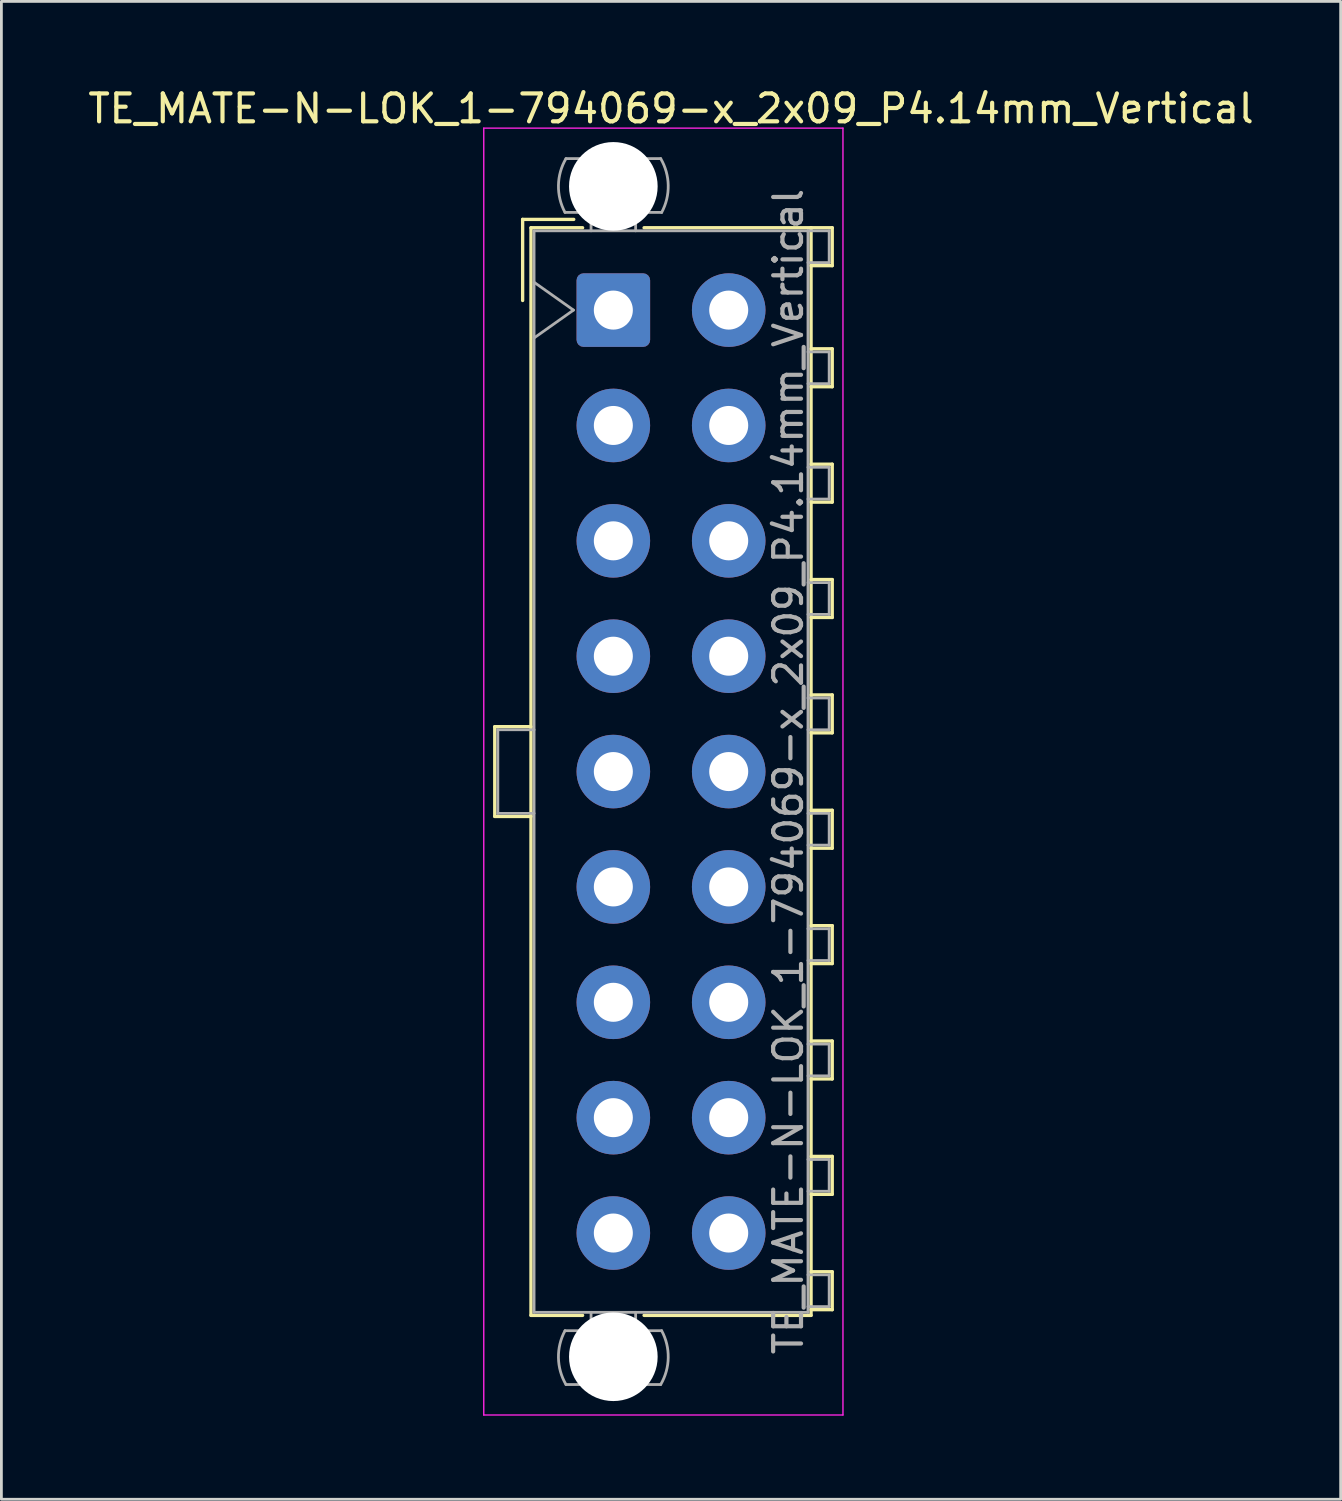
<source format=kicad_pcb>
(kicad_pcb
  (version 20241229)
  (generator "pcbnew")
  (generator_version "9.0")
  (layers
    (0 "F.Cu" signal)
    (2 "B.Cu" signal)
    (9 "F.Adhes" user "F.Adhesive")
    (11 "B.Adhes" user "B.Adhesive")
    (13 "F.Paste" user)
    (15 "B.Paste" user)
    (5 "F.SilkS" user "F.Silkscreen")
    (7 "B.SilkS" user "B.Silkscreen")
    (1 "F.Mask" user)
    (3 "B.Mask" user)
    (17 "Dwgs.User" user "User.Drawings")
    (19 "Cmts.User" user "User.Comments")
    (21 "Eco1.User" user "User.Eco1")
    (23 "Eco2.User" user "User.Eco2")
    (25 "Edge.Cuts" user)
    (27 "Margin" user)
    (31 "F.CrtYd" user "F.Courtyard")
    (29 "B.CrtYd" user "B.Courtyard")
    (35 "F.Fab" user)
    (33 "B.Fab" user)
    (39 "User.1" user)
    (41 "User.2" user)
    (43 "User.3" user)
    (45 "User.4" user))
  (footprint "TE_MATE-N-LOK_1-794069-x_2x09_P4.14mm_Vertical"
    (layer "F.Cu")
    (at 18.96 8.078)
    (property "Reference" "TE_MATE-N-LOK_1-794069-x_2x09_P4.14mm_Vertical" (at 2.07 -7.23 0) (layer "F.SilkS") (effects (font (size 1 1) (thickness 0.15))))
    (attr through_hole)
    (fp_line (start -4.255 14.95) (end -4.255 18.17) (stroke (width 0.12) (type solid)) (layer "F.SilkS"))
    (fp_line (start -4.255 18.17) (end -2.955 18.17) (stroke (width 0.12) (type solid)) (layer "F.SilkS"))
    (fp_line (start -3.255 -3.255) (end -3.255 -0.345) (stroke (width 0.12) (type solid)) (layer "F.SilkS"))
    (fp_line (start -2.955 -2.955) (end -2.955 36.075) (stroke (width 0.12) (type solid)) (layer "F.SilkS"))
    (fp_line (start -2.955 14.95) (end -4.255 14.95) (stroke (width 0.12) (type solid)) (layer "F.SilkS"))
    (fp_line (start -2.955 36.075) (end -1.103 36.075) (stroke (width 0.12) (type solid)) (layer "F.SilkS"))
    (fp_line (start -1.421 -3.255) (end -3.255 -3.255) (stroke (width 0.12) (type solid)) (layer "F.SilkS"))
    (fp_line (start -1.103 -2.955) (end -2.955 -2.955) (stroke (width 0.12) (type solid)) (layer "F.SilkS"))
    (fp_line (start 1.103 -2.955) (end 7.095 -2.955) (stroke (width 0.12) (type solid)) (layer "F.SilkS"))
    (fp_line (start 7.095 -2.955) (end 7.095 36.075) (stroke (width 0.12) (type solid)) (layer "F.SilkS"))
    (fp_line (start 7.095 -2.955) (end 7.855 -2.955) (stroke (width 0.12) (type solid)) (layer "F.SilkS"))
    (fp_line (start 7.095 1.39) (end 7.855 1.39) (stroke (width 0.12) (type solid)) (layer "F.SilkS"))
    (fp_line (start 7.095 5.53) (end 7.855 5.53) (stroke (width 0.12) (type solid)) (layer "F.SilkS"))
    (fp_line (start 7.095 9.67) (end 7.855 9.67) (stroke (width 0.12) (type solid)) (layer "F.SilkS"))
    (fp_line (start 7.095 13.81) (end 7.855 13.81) (stroke (width 0.12) (type solid)) (layer "F.SilkS"))
    (fp_line (start 7.095 17.95) (end 7.855 17.95) (stroke (width 0.12) (type solid)) (layer "F.SilkS"))
    (fp_line (start 7.095 22.09) (end 7.855 22.09) (stroke (width 0.12) (type solid)) (layer "F.SilkS"))
    (fp_line (start 7.095 26.23) (end 7.855 26.23) (stroke (width 0.12) (type solid)) (layer "F.SilkS"))
    (fp_line (start 7.095 30.37) (end 7.855 30.37) (stroke (width 0.12) (type solid)) (layer "F.SilkS"))
    (fp_line (start 7.095 34.51) (end 7.855 34.51) (stroke (width 0.12) (type solid)) (layer "F.SilkS"))
    (fp_line (start 7.095 36.075) (end 1.103 36.075) (stroke (width 0.12) (type solid)) (layer "F.SilkS"))
    (fp_line (start 7.855 -2.955) (end 7.855 -1.595) (stroke (width 0.12) (type solid)) (layer "F.SilkS"))
    (fp_line (start 7.855 -1.595) (end 7.095 -1.595) (stroke (width 0.12) (type solid)) (layer "F.SilkS"))
    (fp_line (start 7.855 1.39) (end 7.855 2.75) (stroke (width 0.12) (type solid)) (layer "F.SilkS"))
    (fp_line (start 7.855 2.75) (end 7.095 2.75) (stroke (width 0.12) (type solid)) (layer "F.SilkS"))
    (fp_line (start 7.855 5.53) (end 7.855 6.89) (stroke (width 0.12) (type solid)) (layer "F.SilkS"))
    (fp_line (start 7.855 6.89) (end 7.095 6.89) (stroke (width 0.12) (type solid)) (layer "F.SilkS"))
    (fp_line (start 7.855 9.67) (end 7.855 11.03) (stroke (width 0.12) (type solid)) (layer "F.SilkS"))
    (fp_line (start 7.855 11.03) (end 7.095 11.03) (stroke (width 0.12) (type solid)) (layer "F.SilkS"))
    (fp_line (start 7.855 13.81) (end 7.855 15.17) (stroke (width 0.12) (type solid)) (layer "F.SilkS"))
    (fp_line (start 7.855 15.17) (end 7.095 15.17) (stroke (width 0.12) (type solid)) (layer "F.SilkS"))
    (fp_line (start 7.855 17.95) (end 7.855 19.31) (stroke (width 0.12) (type solid)) (layer "F.SilkS"))
    (fp_line (start 7.855 19.31) (end 7.095 19.31) (stroke (width 0.12) (type solid)) (layer "F.SilkS"))
    (fp_line (start 7.855 22.09) (end 7.855 23.45) (stroke (width 0.12) (type solid)) (layer "F.SilkS"))
    (fp_line (start 7.855 23.45) (end 7.095 23.45) (stroke (width 0.12) (type solid)) (layer "F.SilkS"))
    (fp_line (start 7.855 26.23) (end 7.855 27.59) (stroke (width 0.12) (type solid)) (layer "F.SilkS"))
    (fp_line (start 7.855 27.59) (end 7.095 27.59) (stroke (width 0.12) (type solid)) (layer "F.SilkS"))
    (fp_line (start 7.855 30.37) (end 7.855 31.73) (stroke (width 0.12) (type solid)) (layer "F.SilkS"))
    (fp_line (start 7.855 31.73) (end 7.095 31.73) (stroke (width 0.12) (type solid)) (layer "F.SilkS"))
    (fp_line (start 7.855 34.51) (end 7.855 35.87) (stroke (width 0.12) (type solid)) (layer "F.SilkS"))
    (fp_line (start 7.855 35.87) (end 7.095 35.87) (stroke (width 0.12) (type solid)) (layer "F.SilkS"))
    (fp_line (start -4.65 -6.53) (end -4.65 39.65) (stroke (width 0.05) (type solid)) (layer "F.CrtYd"))
    (fp_line (start -4.65 39.65) (end 8.24 39.65) (stroke (width 0.05) (type solid)) (layer "F.CrtYd"))
    (fp_line (start 8.24 -6.53) (end -4.65 -6.53) (stroke (width 0.05) (type solid)) (layer "F.CrtYd"))
    (fp_line (start 8.24 39.65) (end 8.24 -6.53) (stroke (width 0.05) (type solid)) (layer "F.CrtYd"))
    (fp_line (start -4.145 15.06) (end -4.145 18.06) (stroke (width 0.1) (type solid)) (layer "F.Fab"))
    (fp_line (start -4.145 18.06) (end -2.845 18.06) (stroke (width 0.1) (type solid)) (layer "F.Fab"))
    (fp_line (start -2.845 -2.845) (end -2.845 35.965) (stroke (width 0.1) (type solid)) (layer "F.Fab"))
    (fp_line (start -2.845 -1) (end -1.431 0) (stroke (width 0.1) (type solid)) (layer "F.Fab"))
    (fp_line (start -2.845 15.06) (end -4.145 15.06) (stroke (width 0.1) (type solid)) (layer "F.Fab"))
    (fp_line (start -2.845 35.965) (end 6.985 35.965) (stroke (width 0.1) (type solid)) (layer "F.Fab"))
    (fp_line (start -1.431 0) (end -2.845 1) (stroke (width 0.1) (type solid)) (layer "F.Fab"))
    (fp_line (start -0.8 -2.845) (end -0.8 -3.505) (stroke (width 0.1) (type solid)) (layer "F.Fab"))
    (fp_line (start -0.8 35.965) (end -0.8 36.625) (stroke (width 0.1) (type solid)) (layer "F.Fab"))
    (fp_line (start 0.8 -2.845) (end 0.8 -3.505) (stroke (width 0.1) (type solid)) (layer "F.Fab"))
    (fp_line (start 0.8 35.965) (end 0.8 36.625) (stroke (width 0.1) (type solid)) (layer "F.Fab"))
    (fp_line (start 1.7 -5.436) (end -1.7 -5.436) (stroke (width 0.1) (type solid)) (layer "F.Fab"))
    (fp_line (start 1.7 38.556) (end -1.7 38.556) (stroke (width 0.1) (type solid)) (layer "F.Fab"))
    (fp_line (start 1.734 -3.505) (end -1.734 -3.505) (stroke (width 0.1) (type solid)) (layer "F.Fab"))
    (fp_line (start 1.734 36.625) (end -1.734 36.625) (stroke (width 0.1) (type solid)) (layer "F.Fab"))
    (fp_line (start 6.985 -2.845) (end -2.845 -2.845) (stroke (width 0.1) (type solid)) (layer "F.Fab"))
    (fp_line (start 6.985 -2.845) (end 7.745 -2.845) (stroke (width 0.1) (type solid)) (layer "F.Fab"))
    (fp_line (start 6.985 1.5) (end 7.745 1.5) (stroke (width 0.1) (type solid)) (layer "F.Fab"))
    (fp_line (start 6.985 5.64) (end 7.745 5.64) (stroke (width 0.1) (type solid)) (layer "F.Fab"))
    (fp_line (start 6.985 9.78) (end 7.745 9.78) (stroke (width 0.1) (type solid)) (layer "F.Fab"))
    (fp_line (start 6.985 13.92) (end 7.745 13.92) (stroke (width 0.1) (type solid)) (layer "F.Fab"))
    (fp_line (start 6.985 18.06) (end 7.745 18.06) (stroke (width 0.1) (type solid)) (layer "F.Fab"))
    (fp_line (start 6.985 22.2) (end 7.745 22.2) (stroke (width 0.1) (type solid)) (layer "F.Fab"))
    (fp_line (start 6.985 26.34) (end 7.745 26.34) (stroke (width 0.1) (type solid)) (layer "F.Fab"))
    (fp_line (start 6.985 30.48) (end 7.745 30.48) (stroke (width 0.1) (type solid)) (layer "F.Fab"))
    (fp_line (start 6.985 34.62) (end 7.745 34.62) (stroke (width 0.1) (type solid)) (layer "F.Fab"))
    (fp_line (start 6.985 35.965) (end 6.985 -2.845) (stroke (width 0.1) (type solid)) (layer "F.Fab"))
    (fp_line (start 7.745 -2.845) (end 7.745 -1.705) (stroke (width 0.1) (type solid)) (layer "F.Fab"))
    (fp_line (start 7.745 -1.705) (end 6.985 -1.705) (stroke (width 0.1) (type solid)) (layer "F.Fab"))
    (fp_line (start 7.745 1.5) (end 7.745 2.64) (stroke (width 0.1) (type solid)) (layer "F.Fab"))
    (fp_line (start 7.745 2.64) (end 6.985 2.64) (stroke (width 0.1) (type solid)) (layer "F.Fab"))
    (fp_line (start 7.745 5.64) (end 7.745 6.78) (stroke (width 0.1) (type solid)) (layer "F.Fab"))
    (fp_line (start 7.745 6.78) (end 6.985 6.78) (stroke (width 0.1) (type solid)) (layer "F.Fab"))
    (fp_line (start 7.745 9.78) (end 7.745 10.92) (stroke (width 0.1) (type solid)) (layer "F.Fab"))
    (fp_line (start 7.745 10.92) (end 6.985 10.92) (stroke (width 0.1) (type solid)) (layer "F.Fab"))
    (fp_line (start 7.745 13.92) (end 7.745 15.06) (stroke (width 0.1) (type solid)) (layer "F.Fab"))
    (fp_line (start 7.745 15.06) (end 6.985 15.06) (stroke (width 0.1) (type solid)) (layer "F.Fab"))
    (fp_line (start 7.745 18.06) (end 7.745 19.2) (stroke (width 0.1) (type solid)) (layer "F.Fab"))
    (fp_line (start 7.745 19.2) (end 6.985 19.2) (stroke (width 0.1) (type solid)) (layer "F.Fab"))
    (fp_line (start 7.745 22.2) (end 7.745 23.34) (stroke (width 0.1) (type solid)) (layer "F.Fab"))
    (fp_line (start 7.745 23.34) (end 6.985 23.34) (stroke (width 0.1) (type solid)) (layer "F.Fab"))
    (fp_line (start 7.745 26.34) (end 7.745 27.48) (stroke (width 0.1) (type solid)) (layer "F.Fab"))
    (fp_line (start 7.745 27.48) (end 6.985 27.48) (stroke (width 0.1) (type solid)) (layer "F.Fab"))
    (fp_line (start 7.745 30.48) (end 7.745 31.62) (stroke (width 0.1) (type solid)) (layer "F.Fab"))
    (fp_line (start 7.745 31.62) (end 6.985 31.62) (stroke (width 0.1) (type solid)) (layer "F.Fab"))
    (fp_line (start 7.745 34.62) (end 7.745 35.76) (stroke (width 0.1) (type solid)) (layer "F.Fab"))
    (fp_line (start 7.745 35.76) (end 6.985 35.76) (stroke (width 0.1) (type solid)) (layer "F.Fab"))
    (fp_arc (start -1.733977 -3.505) (mid -1.96969 -4.474992) (end -1.699672 -5.436) (stroke (width 0.1) (type solid)) (layer "F.Fab"))
    (fp_arc (start -1.699672 38.556) (mid -1.969689 37.594992) (end -1.733977 36.625) (stroke (width 0.1) (type solid)) (layer "F.Fab"))
    (fp_arc (start 1.699672 -5.436) (mid 1.969689 -4.474992) (end 1.733977 -3.505) (stroke (width 0.1) (type solid)) (layer "F.Fab"))
    (fp_arc (start 1.733977 36.625) (mid 1.96969 37.594992) (end 1.699672 38.556) (stroke (width 0.1) (type solid)) (layer "F.Fab"))
    (fp_text user "${REFERENCE}" (at 6.28 16.56 90) (layer "F.Fab") (effects (font (size 1 1) (thickness 0.15))))
    (pad "" np_thru_hole circle (at 0 -4.44) (size 3.18 3.18) (drill 3.18) (layers "*.Cu" "*.Mask"))
    (pad "" np_thru_hole circle (at 0 37.56) (size 3.18 3.18) (drill 3.18) (layers "*.Cu" "*.Mask"))
    (pad "1" thru_hole roundrect (at 0 0) (size 2.64 2.64) (drill 1.4) (layers "*.Cu" "*.Mask") (roundrect_rratio 0.095))
    (pad "2" thru_hole circle (at 0 4.14) (size 2.64 2.64) (drill 1.4) (layers "*.Cu" "*.Mask"))
    (pad "3" thru_hole circle (at 0 8.28) (size 2.64 2.64) (drill 1.4) (layers "*.Cu" "*.Mask"))
    (pad "4" thru_hole circle (at 0 12.42) (size 2.64 2.64) (drill 1.4) (layers "*.Cu" "*.Mask"))
    (pad "5" thru_hole circle (at 0 16.56) (size 2.64 2.64) (drill 1.4) (layers "*.Cu" "*.Mask"))
    (pad "6" thru_hole circle (at 0 20.7) (size 2.64 2.64) (drill 1.4) (layers "*.Cu" "*.Mask"))
    (pad "7" thru_hole circle (at 0 24.84) (size 2.64 2.64) (drill 1.4) (layers "*.Cu" "*.Mask"))
    (pad "8" thru_hole circle (at 0 28.98) (size 2.64 2.64) (drill 1.4) (layers "*.Cu" "*.Mask"))
    (pad "9" thru_hole circle (at 0 33.12) (size 2.64 2.64) (drill 1.4) (layers "*.Cu" "*.Mask"))
    (pad "10" thru_hole circle (at 4.14 0) (size 2.64 2.64) (drill 1.4) (layers "*.Cu" "*.Mask"))
    (pad "11" thru_hole circle (at 4.14 4.14) (size 2.64 2.64) (drill 1.4) (layers "*.Cu" "*.Mask"))
    (pad "12" thru_hole circle (at 4.14 8.28) (size 2.64 2.64) (drill 1.4) (layers "*.Cu" "*.Mask"))
    (pad "13" thru_hole circle (at 4.14 12.42) (size 2.64 2.64) (drill 1.4) (layers "*.Cu" "*.Mask"))
    (pad "14" thru_hole circle (at 4.14 16.56) (size 2.64 2.64) (drill 1.4) (layers "*.Cu" "*.Mask"))
    (pad "15" thru_hole circle (at 4.14 20.7) (size 2.64 2.64) (drill 1.4) (layers "*.Cu" "*.Mask"))
    (pad "16" thru_hole circle (at 4.14 24.84) (size 2.64 2.64) (drill 1.4) (layers "*.Cu" "*.Mask"))
    (pad "17" thru_hole circle (at 4.14 28.98) (size 2.64 2.64) (drill 1.4) (layers "*.Cu" "*.Mask"))
    (pad "18" thru_hole circle (at 4.14 33.12) (size 2.64 2.64) (drill 1.4) (layers "*.Cu" "*.Mask")))
  (gr_rect
    (start -3 -3)
    (end 45.06 50.753)
    (stroke (width 0.1) (type default))
    (fill no)
    (layer "Edge.Cuts")))
</source>
